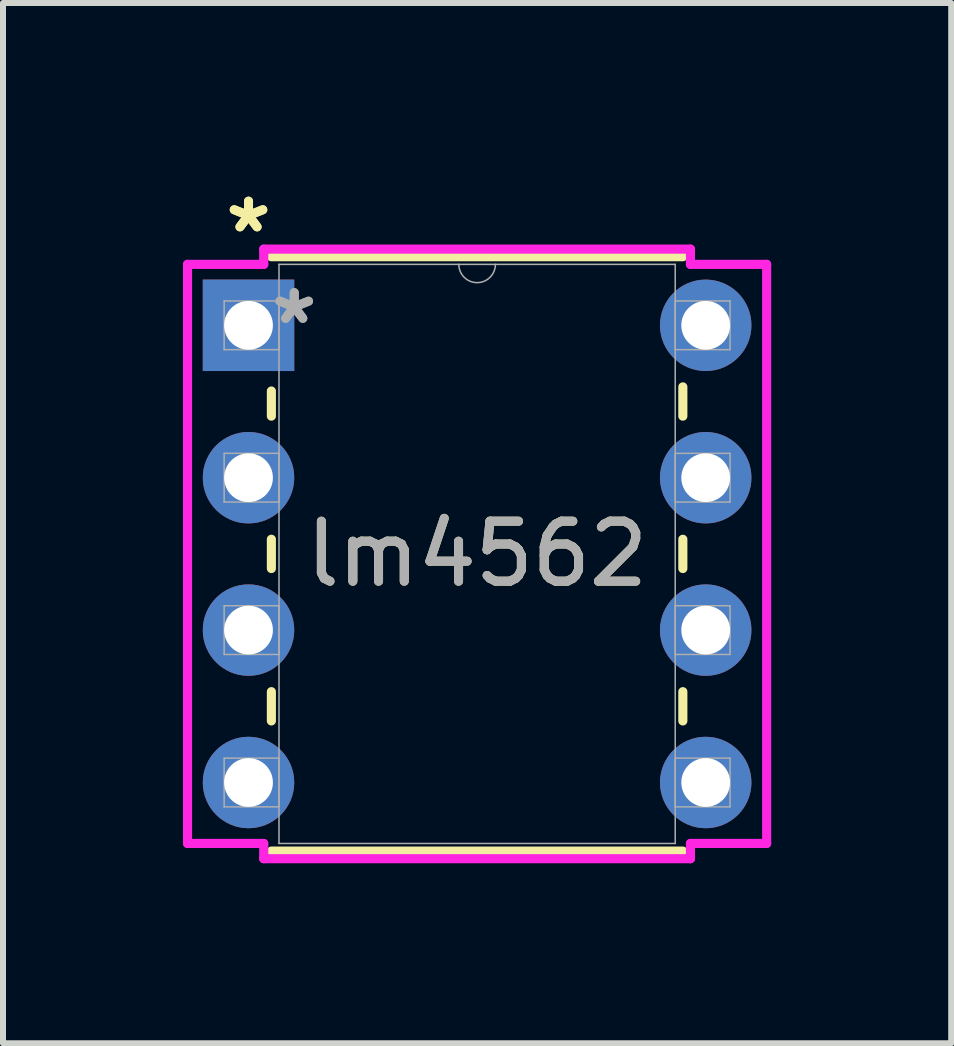
<source format=kicad_pcb>
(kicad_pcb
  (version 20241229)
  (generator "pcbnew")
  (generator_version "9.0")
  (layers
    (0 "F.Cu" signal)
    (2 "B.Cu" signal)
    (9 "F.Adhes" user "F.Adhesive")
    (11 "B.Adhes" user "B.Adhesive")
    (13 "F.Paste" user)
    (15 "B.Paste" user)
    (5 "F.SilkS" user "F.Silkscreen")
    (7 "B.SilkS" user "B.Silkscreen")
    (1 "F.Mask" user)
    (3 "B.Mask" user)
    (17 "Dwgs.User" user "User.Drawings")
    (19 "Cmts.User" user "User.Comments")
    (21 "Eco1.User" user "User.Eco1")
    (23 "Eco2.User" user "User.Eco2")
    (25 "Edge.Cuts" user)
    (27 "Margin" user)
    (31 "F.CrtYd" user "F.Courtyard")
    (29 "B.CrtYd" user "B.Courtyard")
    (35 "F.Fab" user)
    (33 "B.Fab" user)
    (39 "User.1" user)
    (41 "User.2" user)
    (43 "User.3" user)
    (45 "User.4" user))
  (footprint "lm4562"
    (layer "F.Cu")
    (at 1.092 2.372)
    (property "Reference" "lm4562" (at 3.81 3.81 0) (unlocked yes) (layer "F.SilkS") (effects (font (size 1 1) (thickness 0.15))))
    (attr through_hole)
    (fp_line (start 0.381 1.095) (end 0.381 1.514) (stroke (width 0.152) (type solid)) (layer "F.SilkS"))
    (fp_line (start 0.381 3.566) (end 0.381 4.054) (stroke (width 0.152) (type solid)) (layer "F.SilkS"))
    (fp_line (start 0.381 6.106) (end 0.381 6.594) (stroke (width 0.152) (type solid)) (layer "F.SilkS"))
    (fp_line (start 0.381 8.763) (end 7.239 8.763) (stroke (width 0.152) (type solid)) (layer "F.SilkS"))
    (fp_line (start 7.239 -1.143) (end 0.381 -1.143) (stroke (width 0.152) (type solid)) (layer "F.SilkS"))
    (fp_line (start 7.239 1.514) (end 7.239 1.026) (stroke (width 0.152) (type solid)) (layer "F.SilkS"))
    (fp_line (start 7.239 4.054) (end 7.239 3.566) (stroke (width 0.152) (type solid)) (layer "F.SilkS"))
    (fp_line (start 7.239 6.594) (end 7.239 6.106) (stroke (width 0.152) (type solid)) (layer "F.SilkS"))
    (fp_line (start -1.016 -1.016) (end 0.254 -1.016) (stroke (width 0.152) (type solid)) (layer "F.CrtYd"))
    (fp_line (start -1.016 8.636) (end -1.016 -1.016) (stroke (width 0.152) (type solid)) (layer "F.CrtYd"))
    (fp_line (start 0.254 -1.27) (end 7.366 -1.27) (stroke (width 0.152) (type solid)) (layer "F.CrtYd"))
    (fp_line (start 0.254 -1.016) (end 0.254 -1.27) (stroke (width 0.152) (type solid)) (layer "F.CrtYd"))
    (fp_line (start 0.254 8.636) (end -1.016 8.636) (stroke (width 0.152) (type solid)) (layer "F.CrtYd"))
    (fp_line (start 0.254 8.89) (end 0.254 8.636) (stroke (width 0.152) (type solid)) (layer "F.CrtYd"))
    (fp_line (start 7.366 -1.27) (end 7.366 -1.016) (stroke (width 0.152) (type solid)) (layer "F.CrtYd"))
    (fp_line (start 7.366 8.636) (end 7.366 8.89) (stroke (width 0.152) (type solid)) (layer "F.CrtYd"))
    (fp_line (start 7.366 8.89) (end 0.254 8.89) (stroke (width 0.152) (type solid)) (layer "F.CrtYd"))
    (fp_line (start 8.636 -1.016) (end 7.366 -1.016) (stroke (width 0.152) (type solid)) (layer "F.CrtYd"))
    (fp_line (start 8.636 -1.016) (end 8.636 8.636) (stroke (width 0.152) (type solid)) (layer "F.CrtYd"))
    (fp_line (start 8.636 8.636) (end 7.366 8.636) (stroke (width 0.152) (type solid)) (layer "F.CrtYd"))
    (fp_line (start -0.406 -0.406) (end -0.406 0.406) (stroke (width 0.025) (type solid)) (layer "F.Fab"))
    (fp_line (start -0.406 0.406) (end 0.508 0.406) (stroke (width 0.025) (type solid)) (layer "F.Fab"))
    (fp_line (start -0.406 2.134) (end -0.406 2.946) (stroke (width 0.025) (type solid)) (layer "F.Fab"))
    (fp_line (start -0.406 2.946) (end 0.508 2.946) (stroke (width 0.025) (type solid)) (layer "F.Fab"))
    (fp_line (start -0.406 4.674) (end -0.406 5.486) (stroke (width 0.025) (type solid)) (layer "F.Fab"))
    (fp_line (start -0.406 5.486) (end 0.508 5.486) (stroke (width 0.025) (type solid)) (layer "F.Fab"))
    (fp_line (start -0.406 7.214) (end -0.406 8.026) (stroke (width 0.025) (type solid)) (layer "F.Fab"))
    (fp_line (start -0.406 8.026) (end 0.508 8.026) (stroke (width 0.025) (type solid)) (layer "F.Fab"))
    (fp_line (start 0.508 -1.016) (end 0.508 8.636) (stroke (width 0.025) (type solid)) (layer "F.Fab"))
    (fp_line (start 0.508 -0.406) (end -0.406 -0.406) (stroke (width 0.025) (type solid)) (layer "F.Fab"))
    (fp_line (start 0.508 0.406) (end 0.508 -0.406) (stroke (width 0.025) (type solid)) (layer "F.Fab"))
    (fp_line (start 0.508 2.134) (end -0.406 2.134) (stroke (width 0.025) (type solid)) (layer "F.Fab"))
    (fp_line (start 0.508 2.946) (end 0.508 2.134) (stroke (width 0.025) (type solid)) (layer "F.Fab"))
    (fp_line (start 0.508 4.674) (end -0.406 4.674) (stroke (width 0.025) (type solid)) (layer "F.Fab"))
    (fp_line (start 0.508 5.486) (end 0.508 4.674) (stroke (width 0.025) (type solid)) (layer "F.Fab"))
    (fp_line (start 0.508 7.214) (end -0.406 7.214) (stroke (width 0.025) (type solid)) (layer "F.Fab"))
    (fp_line (start 0.508 8.026) (end 0.508 7.214) (stroke (width 0.025) (type solid)) (layer "F.Fab"))
    (fp_line (start 0.508 8.636) (end 7.112 8.636) (stroke (width 0.025) (type solid)) (layer "F.Fab"))
    (fp_line (start 7.112 -1.016) (end 0.508 -1.016) (stroke (width 0.025) (type solid)) (layer "F.Fab"))
    (fp_line (start 7.112 -0.406) (end 7.112 0.406) (stroke (width 0.025) (type solid)) (layer "F.Fab"))
    (fp_line (start 7.112 0.406) (end 8.026 0.406) (stroke (width 0.025) (type solid)) (layer "F.Fab"))
    (fp_line (start 7.112 2.134) (end 7.112 2.946) (stroke (width 0.025) (type solid)) (layer "F.Fab"))
    (fp_line (start 7.112 2.946) (end 8.026 2.946) (stroke (width 0.025) (type solid)) (layer "F.Fab"))
    (fp_line (start 7.112 4.674) (end 7.112 5.486) (stroke (width 0.025) (type solid)) (layer "F.Fab"))
    (fp_line (start 7.112 5.486) (end 8.026 5.486) (stroke (width 0.025) (type solid)) (layer "F.Fab"))
    (fp_line (start 7.112 7.214) (end 7.112 8.026) (stroke (width 0.025) (type solid)) (layer "F.Fab"))
    (fp_line (start 7.112 8.026) (end 8.026 8.026) (stroke (width 0.025) (type solid)) (layer "F.Fab"))
    (fp_line (start 7.112 8.636) (end 7.112 -1.016) (stroke (width 0.025) (type solid)) (layer "F.Fab"))
    (fp_line (start 8.026 -0.406) (end 7.112 -0.406) (stroke (width 0.025) (type solid)) (layer "F.Fab"))
    (fp_line (start 8.026 0.406) (end 8.026 -0.406) (stroke (width 0.025) (type solid)) (layer "F.Fab"))
    (fp_line (start 8.026 2.134) (end 7.112 2.134) (stroke (width 0.025) (type solid)) (layer "F.Fab"))
    (fp_line (start 8.026 2.946) (end 8.026 2.134) (stroke (width 0.025) (type solid)) (layer "F.Fab"))
    (fp_line (start 8.026 4.674) (end 7.112 4.674) (stroke (width 0.025) (type solid)) (layer "F.Fab"))
    (fp_line (start 8.026 5.486) (end 8.026 4.674) (stroke (width 0.025) (type solid)) (layer "F.Fab"))
    (fp_line (start 8.026 7.214) (end 7.112 7.214) (stroke (width 0.025) (type solid)) (layer "F.Fab"))
    (fp_line (start 8.026 8.026) (end 8.026 7.214) (stroke (width 0.025) (type solid)) (layer "F.Fab"))
    (fp_arc (start 4.1148 -1.016) (mid 3.81 -0.7112) (end 3.5052 -1.016) (stroke (width 0.0254) (type solid)) (layer "F.Fab"))
    (fp_text user "*" (at 0 -1.524 0) (unlocked yes) (layer "F.SilkS") (effects (font (size 1 1) (thickness 0.15))))
    (fp_text user "*" (at 0 -1.524 0) (layer "F.SilkS") (effects (font (size 1 1) (thickness 0.15))))
    (fp_text user "*" (at 0.762 0 0) (unlocked yes) (layer "F.Fab") (effects (font (size 1 1) (thickness 0.15))))
    (fp_text user "*" (at 0.762 0 0) (layer "F.Fab") (effects (font (size 1 1) (thickness 0.15))))
    (fp_text user "${REFERENCE}" (at 3.81 3.81 0) (unlocked yes) (layer "F.Fab") (effects (font (size 1 1) (thickness 0.15))))
    (pad "1" thru_hole rect (at 0 0) (size 1.524 1.524) (drill 0.813) (layers "*.Cu" "*.Mask"))
    (pad "2" thru_hole circle (at 0 2.54) (size 1.524 1.524) (drill 0.813) (layers "*.Cu" "*.Mask"))
    (pad "3" thru_hole circle (at 0 5.08) (size 1.524 1.524) (drill 0.813) (layers "*.Cu" "*.Mask"))
    (pad "4" thru_hole circle (at 0 7.62) (size 1.524 1.524) (drill 0.813) (layers "*.Cu" "*.Mask"))
    (pad "5" thru_hole circle (at 7.62 7.62) (size 1.524 1.524) (drill 0.813) (layers "*.Cu" "*.Mask"))
    (pad "6" thru_hole circle (at 7.62 5.08) (size 1.524 1.524) (drill 0.813) (layers "*.Cu" "*.Mask"))
    (pad "7" thru_hole circle (at 7.62 2.54) (size 1.524 1.524) (drill 0.813) (layers "*.Cu" "*.Mask"))
    (pad "8" thru_hole circle (at 7.62 0) (size 1.524 1.524) (drill 0.813) (layers "*.Cu" "*.Mask")))
  (gr_rect
    (start -3 -3)
    (end 12.804 14.338)
    (stroke (width 0.1) (type default))
    (fill no)
    (layer "Edge.Cuts")))
</source>
